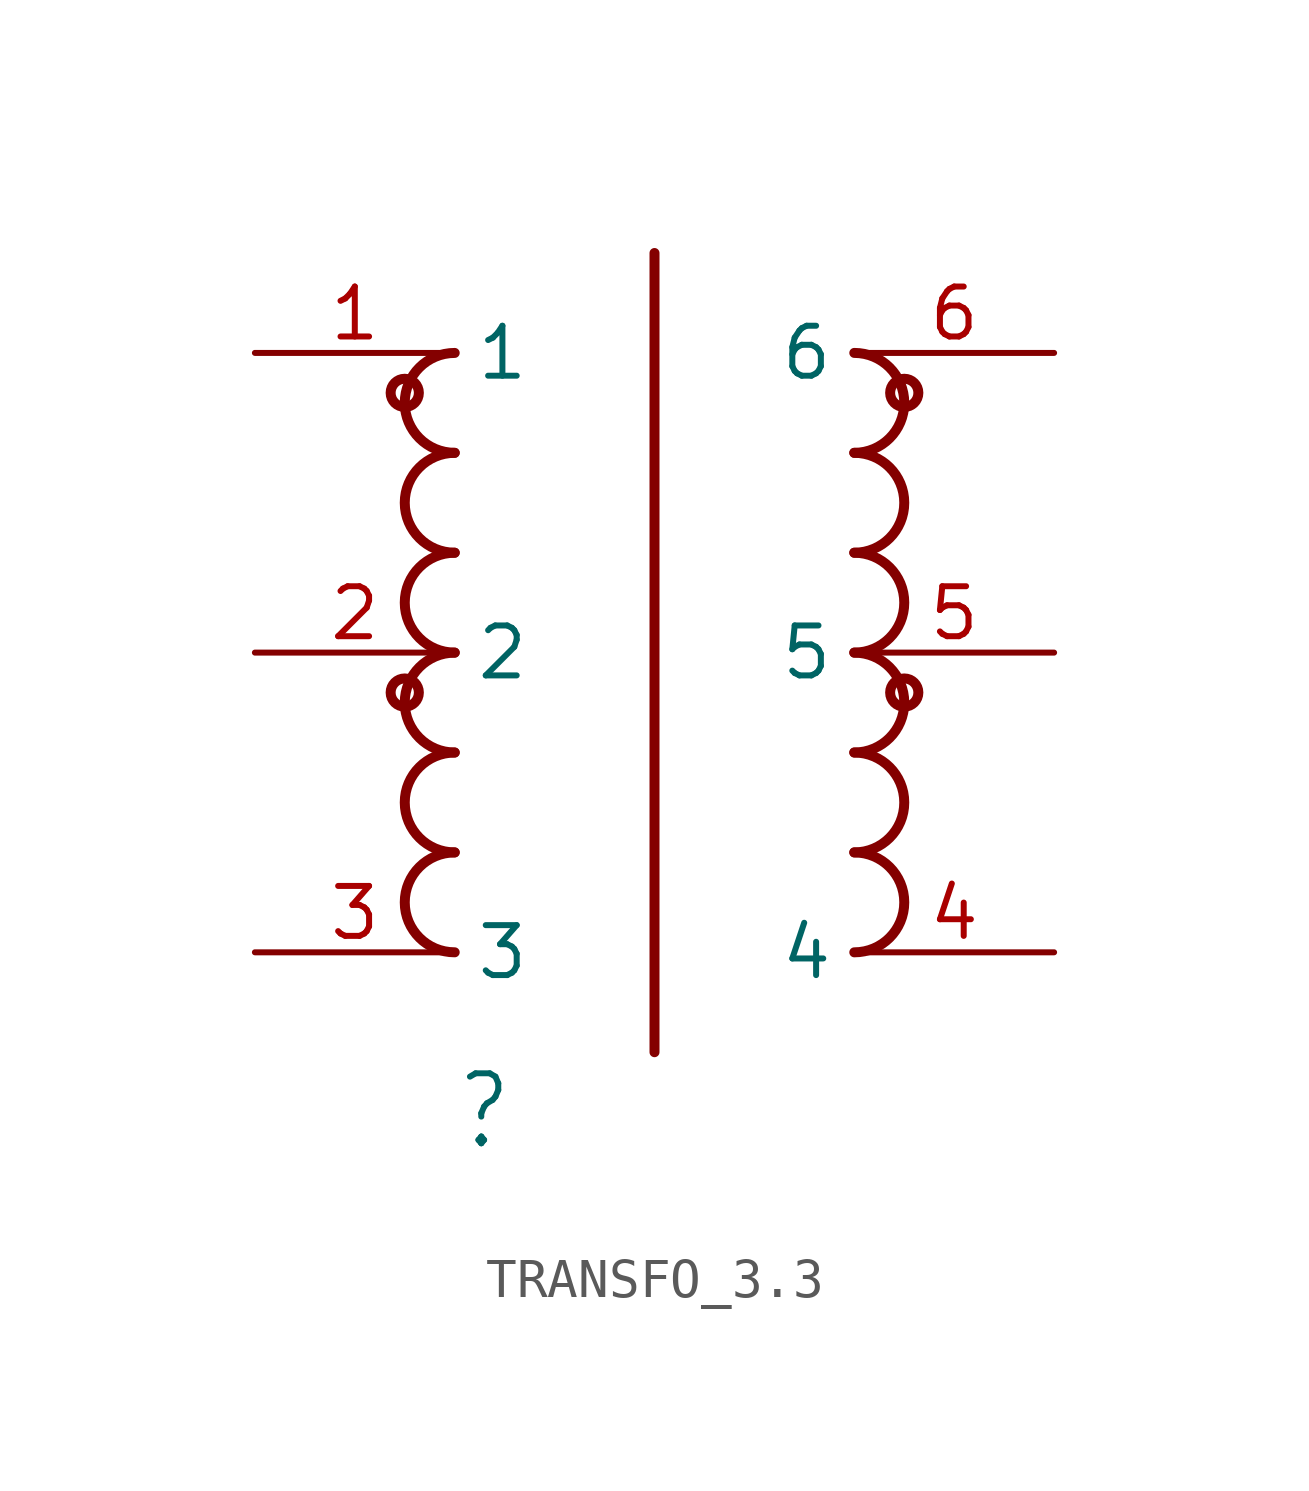
<source format=kicad_sym>
(kicad_symbol_lib
  (version 20220331)
  (generator kicad_symbol_editor)
  (symbol "TRANSFO_3.3"
    (property "Reference" ""
      (at 0 -5.08 0)
      (effects (font (size 1.778 1.511)) (justify left bottom)))
    (property "ki_locked" ""
      (at 0 0 0)
      (effects (font (size 1.27 1.27))))
    (symbol "TRANSFO_3.3_1_0"
      (circle (center -1.27 6.604) (radius 0.359) (stroke (width 0.254) (type solid)) (fill (type none)))
      (circle (center -1.27 14.224) (radius 0.359) (stroke (width 0.254) (type solid)) (fill (type none)))
      (polyline (pts (xy 5.08 17.78) (xy 5.08 -2.54)) (stroke (width 0.254) (type solid)) (fill (type none)))
      (arc (start 0 2.54) (mid -1.27 1.27) (end 0 0) (stroke (width 0.254) (type solid)) (fill (type none)))
      (arc (start 0 5.08) (mid -1.27 3.81) (end 0 2.54) (stroke (width 0.254) (type solid)) (fill (type none)))
      (arc (start 0 7.62) (mid -1.27 6.35) (end 0 5.08) (stroke (width 0.254) (type solid)) (fill (type none)))
      (arc (start 0 10.16) (mid -1.27 8.89) (end 0 7.62) (stroke (width 0.254) (type solid)) (fill (type none)))
      (arc (start 0 12.7) (mid -1.27 11.43) (end 0 10.16) (stroke (width 0.254) (type solid)) (fill (type none)))
      (arc (start 0 15.24) (mid -1.27 13.97) (end 0 12.7) (stroke (width 0.254) (type solid)) (fill (type none)))
      (arc (start 10.16 0) (mid 11.43 1.27) (end 10.16 2.54) (stroke (width 0.254) (type solid)) (fill (type none)))
      (arc (start 10.16 2.54) (mid 11.43 3.81) (end 10.16 5.08) (stroke (width 0.254) (type solid)) (fill (type none)))
      (arc (start 10.16 5.08) (mid 11.43 6.35) (end 10.16 7.62) (stroke (width 0.254) (type solid)) (fill (type none)))
      (arc (start 10.16 7.62) (mid 11.43 8.89) (end 10.16 10.16) (stroke (width 0.254) (type solid)) (fill (type none)))
      (arc (start 10.16 10.16) (mid 11.43 11.43) (end 10.16 12.7) (stroke (width 0.254) (type solid)) (fill (type none)))
      (arc (start 10.16 12.7) (mid 11.43 13.97) (end 10.16 15.24) (stroke (width 0.254) (type solid)) (fill (type none)))
      (circle (center 11.43 6.604) (radius 0.359) (stroke (width 0.254) (type solid)) (fill (type none)))
      (circle (center 11.43 14.224) (radius 0.359) (stroke (width 0.254) (type solid)) (fill (type none)))
      (pin bidirectional line (at -5.08 15.24 0) (length 5.08) (name "1" (effects (font (size 1.27 1.27)))) (number "1" (effects (font (size 1.27 1.27)))))
      (pin bidirectional line (at -5.08 7.62 0) (length 5.08) (name "2" (effects (font (size 1.27 1.27)))) (number "2" (effects (font (size 1.27 1.27)))))
      (pin bidirectional line (at -5.08 0 0) (length 5.08) (name "3" (effects (font (size 1.27 1.27)))) (number "3" (effects (font (size 1.27 1.27)))))
      (pin bidirectional line (at 15.24 0 180) (length 5.08) (name "4" (effects (font (size 1.27 1.27)))) (number "4" (effects (font (size 1.27 1.27)))))
      (pin bidirectional line (at 15.24 7.62 180) (length 5.08) (name "5" (effects (font (size 1.27 1.27)))) (number "5" (effects (font (size 1.27 1.27)))))
      (pin bidirectional line (at 15.24 15.24 180) (length 5.08) (name "6" (effects (font (size 1.27 1.27)))) (number "6" (effects (font (size 1.27 1.27))))))))
</source>
